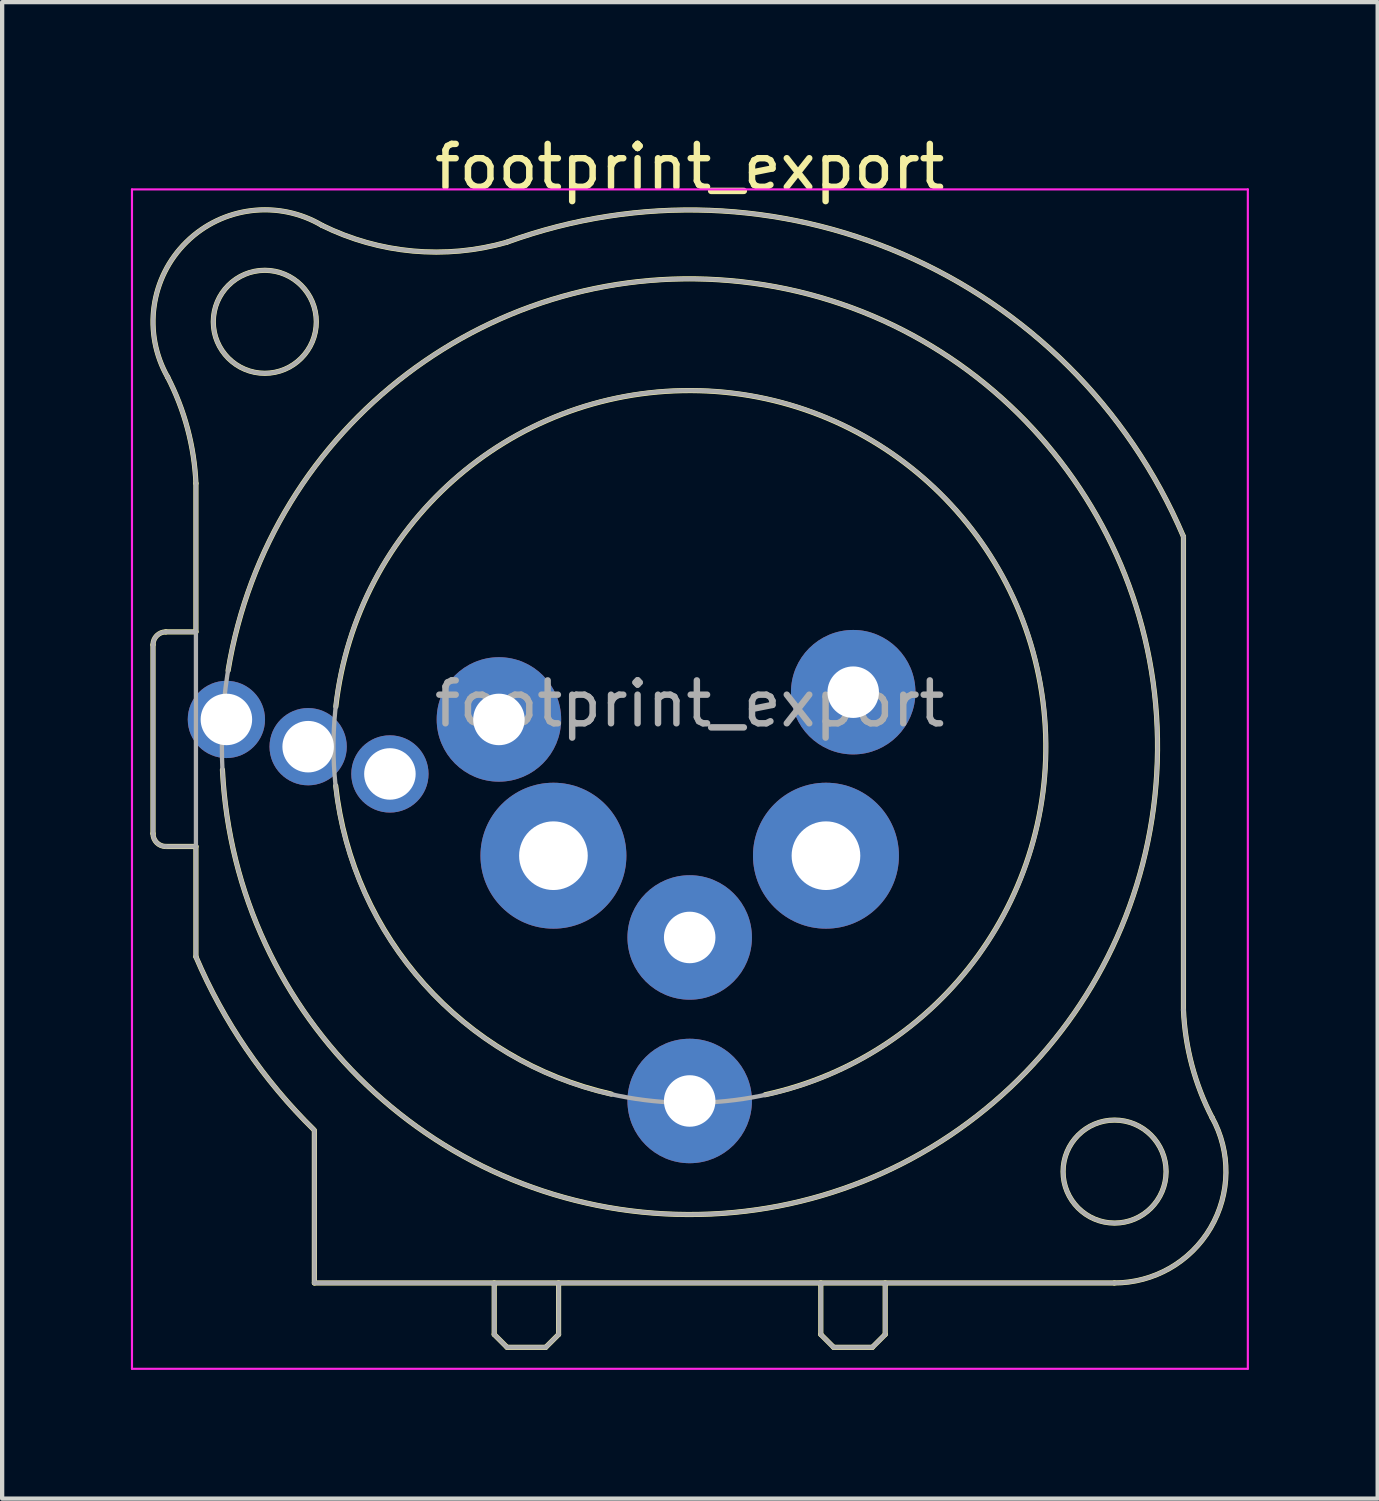
<source format=kicad_pcb>
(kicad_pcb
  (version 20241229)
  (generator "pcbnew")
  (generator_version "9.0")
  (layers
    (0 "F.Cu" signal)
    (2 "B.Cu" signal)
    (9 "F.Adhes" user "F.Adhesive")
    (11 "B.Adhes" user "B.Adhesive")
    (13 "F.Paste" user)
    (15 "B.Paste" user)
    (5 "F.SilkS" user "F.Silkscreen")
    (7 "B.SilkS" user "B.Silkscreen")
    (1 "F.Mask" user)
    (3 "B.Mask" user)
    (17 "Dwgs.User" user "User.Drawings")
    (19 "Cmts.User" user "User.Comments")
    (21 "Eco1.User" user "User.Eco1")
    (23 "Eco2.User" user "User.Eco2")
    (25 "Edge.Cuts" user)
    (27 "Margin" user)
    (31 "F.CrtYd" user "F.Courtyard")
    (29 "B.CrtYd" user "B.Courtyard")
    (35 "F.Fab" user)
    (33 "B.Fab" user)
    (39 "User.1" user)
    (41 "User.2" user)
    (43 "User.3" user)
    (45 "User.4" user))
  (footprint "footprint_export"
    (layer "F.Cu")
    (at 8.575 13.713)
    (property "Reference" "footprint_export" (at 4.445 -12.865 0) (layer "F.SilkS") (effects (font (size 1 1) (thickness 0.15))))
    (attr through_hole)
    (fp_line (start -8.06 -1.74) (end -8.06 2.66) (stroke (width 0.12) (type solid)) (layer "F.SilkS"))
    (fp_line (start -7.76 2.96) (end -7.06 2.96) (stroke (width 0.12) (type solid)) (layer "F.SilkS"))
    (fp_line (start -7.06 -5.5) (end -7.06 -2.04) (stroke (width 0.12) (type solid)) (layer "F.SilkS"))
    (fp_line (start -7.06 -2.04) (end -7.76 -2.04) (stroke (width 0.12) (type solid)) (layer "F.SilkS"))
    (fp_line (start -7.06 2.96) (end -7.06 5.53) (stroke (width 0.12) (type solid)) (layer "F.SilkS"))
    (fp_line (start -4.3 9.58) (end -4.3 13.13) (stroke (width 0.12) (type solid)) (layer "F.SilkS"))
    (fp_line (start -0.11 13.13) (end -0.11 14.33) (stroke (width 0.12) (type solid)) (layer "F.SilkS"))
    (fp_line (start -0.11 14.33) (end 0.19 14.63) (stroke (width 0.12) (type solid)) (layer "F.SilkS"))
    (fp_line (start 0.19 14.63) (end 1.09 14.63) (stroke (width 0.12) (type solid)) (layer "F.SilkS"))
    (fp_line (start 1.39 13.13) (end 1.39 14.33) (stroke (width 0.12) (type solid)) (layer "F.SilkS"))
    (fp_line (start 1.39 14.33) (end 1.09 14.63) (stroke (width 0.12) (type solid)) (layer "F.SilkS"))
    (fp_line (start 7.5 13.13) (end 7.5 14.33) (stroke (width 0.12) (type solid)) (layer "F.SilkS"))
    (fp_line (start 7.5 14.33) (end 7.8 14.63) (stroke (width 0.12) (type solid)) (layer "F.SilkS"))
    (fp_line (start 8.7 14.63) (end 7.8 14.63) (stroke (width 0.12) (type solid)) (layer "F.SilkS"))
    (fp_line (start 9 13.13) (end 9 14.33) (stroke (width 0.12) (type solid)) (layer "F.SilkS"))
    (fp_line (start 9 14.33) (end 8.7 14.63) (stroke (width 0.12) (type solid)) (layer "F.SilkS"))
    (fp_line (start 14.34 13.13) (end -4.3 13.13) (stroke (width 0.12) (type solid)) (layer "F.SilkS"))
    (fp_line (start 15.95 6.77) (end 15.95 -4.26) (stroke (width 0.12) (type solid)) (layer "F.SilkS"))
    (fp_arc (start -8.06 -1.74) (mid -7.972132 -1.952132) (end -7.76 -2.04) (stroke (width 0.12) (type solid)) (layer "F.SilkS"))
    (fp_arc (start -7.76 2.96) (mid -7.972132 2.872132) (end -8.06 2.66) (stroke (width 0.12) (type solid)) (layer "F.SilkS"))
    (fp_arc (start -7.723487 -7.985205) (mid -7.256205 -6.778788) (end -7.06 -5.5) (stroke (width 0.12) (type solid)) (layer "F.SilkS"))
    (fp_arc (start -7.715328 -7.969927) (mid -7.280775 -11.124351) (end -4.12 -11.51) (stroke (width 0.12) (type solid)) (layer "F.SilkS"))
    (fp_arc (start -6.31 -1.14) (mid 15.327723 1.25708) (end -6.442209 1.172885) (stroke (width 0.12) (type solid)) (layer "F.SilkS"))
    (fp_arc (start -4.310999 9.560163) (mid -5.883968 7.680458) (end -7.06 5.53) (stroke (width 0.12) (type solid)) (layer "F.SilkS"))
    (fp_arc (start -3.8 -0.3) (mid 10.010227 -5.519876) (end 6.202812 8.744522) (stroke (width 0.12) (type solid)) (layer "F.SilkS"))
    (fp_arc (start 0.17934 -11.11788) (mid 9.430944 -10.83088) (end 15.95 -4.26) (stroke (width 0.12) (type solid)) (layer "F.SilkS"))
    (fp_arc (start 0.179944 -11.117415) (mid -2.006497 -10.914263) (end -4.12 -11.51) (stroke (width 0.12) (type solid)) (layer "F.SilkS"))
    (fp_arc (start 2.62 8.73) (mid -1.741551 6.165482) (end -3.803135 1.544903) (stroke (width 0.12) (type solid)) (layer "F.SilkS"))
    (fp_arc (start 16.614011 9.269495) (mid 16.580236 11.8496) (end 14.34 13.13) (stroke (width 0.12) (type solid)) (layer "F.SilkS"))
    (fp_arc (start 16.619064 9.280467) (mid 16.147616 8.061723) (end 15.95 6.77) (stroke (width 0.12) (type solid)) (layer "F.SilkS"))
    (fp_circle (center -5.455 -9.265) (end -4.255 -9.265) (stroke (width 0.12) (type solid)) (fill no) (layer "F.SilkS"))
    (fp_circle (center 14.345 10.535) (end 15.545 10.535) (stroke (width 0.12) (type solid)) (fill no) (layer "F.SilkS"))
    (fp_line (start -8.55 -12.35) (end 17.45 -12.35) (stroke (width 0.05) (type solid)) (layer "F.CrtYd"))
    (fp_line (start -8.55 15.13) (end -8.55 -12.35) (stroke (width 0.05) (type solid)) (layer "F.CrtYd"))
    (fp_line (start 17.45 -12.35) (end 17.45 15.13) (stroke (width 0.05) (type solid)) (layer "F.CrtYd"))
    (fp_line (start 17.45 15.13) (end -8.55 15.13) (stroke (width 0.05) (type solid)) (layer "F.CrtYd"))
    (fp_line (start -8.06 -1.74) (end -8.06 2.66) (stroke (width 0.1) (type solid)) (layer "F.Fab"))
    (fp_line (start -7.76 2.96) (end -7.06 2.96) (stroke (width 0.1) (type solid)) (layer "F.Fab"))
    (fp_line (start -7.06 -5.5) (end -7.06 5.53) (stroke (width 0.1) (type solid)) (layer "F.Fab"))
    (fp_line (start -7.06 -2.04) (end -7.76 -2.04) (stroke (width 0.1) (type solid)) (layer "F.Fab"))
    (fp_line (start -4.3 9.58) (end -4.3 13.13) (stroke (width 0.1) (type solid)) (layer "F.Fab"))
    (fp_line (start -0.11 13.13) (end -0.11 14.33) (stroke (width 0.1) (type solid)) (layer "F.Fab"))
    (fp_line (start -0.11 14.33) (end 0.19 14.63) (stroke (width 0.1) (type solid)) (layer "F.Fab"))
    (fp_line (start 0.19 14.63) (end 1.09 14.63) (stroke (width 0.1) (type solid)) (layer "F.Fab"))
    (fp_line (start 1.39 13.13) (end 1.39 14.33) (stroke (width 0.1) (type solid)) (layer "F.Fab"))
    (fp_line (start 1.39 14.33) (end 1.09 14.63) (stroke (width 0.1) (type solid)) (layer "F.Fab"))
    (fp_line (start 7.5 13.13) (end 7.5 14.33) (stroke (width 0.1) (type solid)) (layer "F.Fab"))
    (fp_line (start 7.5 14.33) (end 7.8 14.63) (stroke (width 0.1) (type solid)) (layer "F.Fab"))
    (fp_line (start 8.7 14.63) (end 7.8 14.63) (stroke (width 0.1) (type solid)) (layer "F.Fab"))
    (fp_line (start 9 13.13) (end 9 14.33) (stroke (width 0.1) (type solid)) (layer "F.Fab"))
    (fp_line (start 9 14.33) (end 8.7 14.63) (stroke (width 0.1) (type solid)) (layer "F.Fab"))
    (fp_line (start 14.34 13.13) (end -4.3 13.13) (stroke (width 0.1) (type solid)) (layer "F.Fab"))
    (fp_line (start 15.95 6.77) (end 15.95 -4.26) (stroke (width 0.1) (type solid)) (layer "F.Fab"))
    (fp_arc (start -8.06 -1.74) (mid -7.972132 -1.952132) (end -7.76 -2.04) (stroke (width 0.1) (type solid)) (layer "F.Fab"))
    (fp_arc (start -7.76 2.96) (mid -7.972132 2.872132) (end -8.06 2.66) (stroke (width 0.1) (type solid)) (layer "F.Fab"))
    (fp_arc (start -7.723487 -7.985205) (mid -7.256205 -6.778788) (end -7.06 -5.5) (stroke (width 0.1) (type solid)) (layer "F.Fab"))
    (fp_arc (start -7.715328 -7.969927) (mid -7.280775 -11.124351) (end -4.12 -11.51) (stroke (width 0.1) (type solid)) (layer "F.Fab"))
    (fp_arc (start -4.310999 9.560163) (mid -5.883968 7.680458) (end -7.06 5.53) (stroke (width 0.1) (type solid)) (layer "F.Fab"))
    (fp_arc (start 0.17934 -11.11788) (mid 9.430944 -10.83088) (end 15.95 -4.26) (stroke (width 0.1) (type solid)) (layer "F.Fab"))
    (fp_arc (start 0.179944 -11.117415) (mid -2.006497 -10.914263) (end -4.12 -11.51) (stroke (width 0.1) (type solid)) (layer "F.Fab"))
    (fp_arc (start 16.614011 9.269495) (mid 16.580236 11.8496) (end 14.34 13.13) (stroke (width 0.1) (type solid)) (layer "F.Fab"))
    (fp_arc (start 16.619064 9.280467) (mid 16.147616 8.061723) (end 15.95 6.77) (stroke (width 0.1) (type solid)) (layer "F.Fab"))
    (fp_circle (center -5.455 -9.265) (end -4.255 -9.265) (stroke (width 0.1) (type solid)) (fill no) (layer "F.Fab"))
    (fp_circle (center 4.445 0.635) (end 12.745 0.635) (stroke (width 0.1) (type solid)) (fill no) (layer "F.Fab"))
    (fp_circle (center 4.445 0.635) (end 15.345 0.635) (stroke (width 0.1) (type solid)) (fill no) (layer "F.Fab"))
    (fp_circle (center 14.345 10.535) (end 15.545 10.535) (stroke (width 0.1) (type solid)) (fill no) (layer "F.Fab"))
    (fp_text user "${REFERENCE}" (at 4.445 -0.365 0) (layer "F.Fab") (effects (font (size 1 1) (thickness 0.15))))
    (pad "1" thru_hole circle (at 0 0) (size 2.9 2.9) (drill 1.2) (layers "*.Cu" "*.Mask"))
    (pad "2" thru_hole circle (at 1.27 3.175) (size 3.4 3.4) (drill 1.6) (layers "*.Cu" "*.Mask"))
    (pad "3" thru_hole circle (at 4.445 5.08) (size 2.9 2.9) (drill 1.2) (layers "*.Cu" "*.Mask"))
    (pad "4" thru_hole circle (at 7.62 3.175) (size 3.4 3.4) (drill 1.6) (layers "*.Cu" "*.Mask"))
    (pad "5" thru_hole circle (at 8.255 -0.635) (size 2.9 2.9) (drill 1.2) (layers "*.Cu" "*.Mask"))
    (pad "G" thru_hole circle (at 4.445 8.89) (size 2.9 2.9) (drill 1.2) (layers "*.Cu" "*.Mask"))
    (pad "N" thru_hole circle (at -4.445 0.635) (size 1.8 1.8) (drill 1.2) (layers "*.Cu" "*.Mask"))
    (pad "NC" thru_hole circle (at -2.54 1.27) (size 1.8 1.8) (drill 1.2) (layers "*.Cu" "*.Mask"))
    (pad "NO" thru_hole circle (at -6.35 0) (size 1.8 1.8) (drill 1.2) (layers "*.Cu" "*.Mask")))
  (gr_rect
    (start -3 -3)
    (end 29.05 31.868)
    (stroke (width 0.1) (type default))
    (fill no)
    (layer "Edge.Cuts")))
</source>
